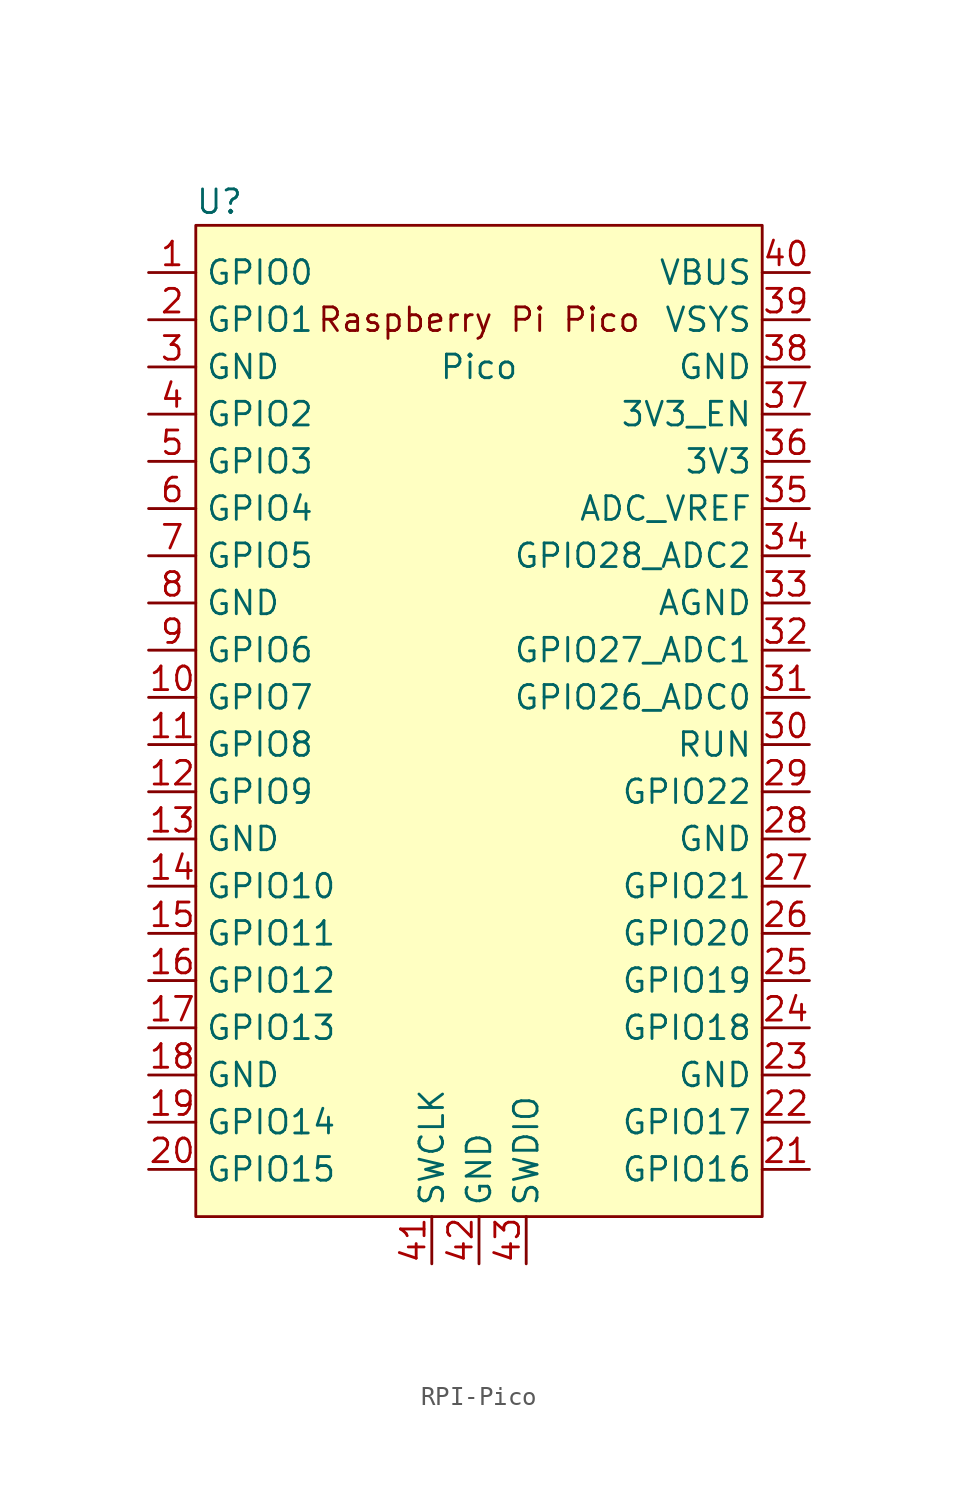
<source format=kicad_sym>
(kicad_symbol_lib
  (version 20211014)
  (generator kicad_symbol_editor)
  (symbol "RPI-Pico"
    (property "Reference" "U"
      (at -13.97 27.94 0)
      (effects (font (size 1.27 1.27))))
    (property "Value" "Pico"
      (at 0 19.05 0)
      (effects (font (size 1.27 1.27))))
    (symbol "RPI-Pico_0_0"
      (text "Raspberry Pi Pico" (at 0 21.59 0) (effects (font (size 1.27 1.27)))))
    (symbol "RPI-Pico_0_1"
      (rectangle (start -15.24 26.67) (end 15.24 -26.67) (stroke (width 0) (type default) (color 0 0 0 0)) (fill (type background))))
    (symbol "RPI-Pico_1_1"
      (pin bidirectional line (at -17.78 24.13 0) (length 2.54) (name "GPIO0" (effects (font (size 1.27 1.27)))) (number "1" (effects (font (size 1.27 1.27)))))
      (pin bidirectional line (at -17.78 1.27 0) (length 2.54) (name "GPIO7" (effects (font (size 1.27 1.27)))) (number "10" (effects (font (size 1.27 1.27)))))
      (pin bidirectional line (at -17.78 -1.27 0) (length 2.54) (name "GPIO8" (effects (font (size 1.27 1.27)))) (number "11" (effects (font (size 1.27 1.27)))))
      (pin bidirectional line (at -17.78 -3.81 0) (length 2.54) (name "GPIO9" (effects (font (size 1.27 1.27)))) (number "12" (effects (font (size 1.27 1.27)))))
      (pin power_in line (at -17.78 -6.35 0) (length 2.54) (name "GND" (effects (font (size 1.27 1.27)))) (number "13" (effects (font (size 1.27 1.27)))))
      (pin bidirectional line (at -17.78 -8.89 0) (length 2.54) (name "GPIO10" (effects (font (size 1.27 1.27)))) (number "14" (effects (font (size 1.27 1.27)))))
      (pin bidirectional line (at -17.78 -11.43 0) (length 2.54) (name "GPIO11" (effects (font (size 1.27 1.27)))) (number "15" (effects (font (size 1.27 1.27)))))
      (pin bidirectional line (at -17.78 -13.97 0) (length 2.54) (name "GPIO12" (effects (font (size 1.27 1.27)))) (number "16" (effects (font (size 1.27 1.27)))))
      (pin bidirectional line (at -17.78 -16.51 0) (length 2.54) (name "GPIO13" (effects (font (size 1.27 1.27)))) (number "17" (effects (font (size 1.27 1.27)))))
      (pin power_in line (at -17.78 -19.05 0) (length 2.54) (name "GND" (effects (font (size 1.27 1.27)))) (number "18" (effects (font (size 1.27 1.27)))))
      (pin bidirectional line (at -17.78 -21.59 0) (length 2.54) (name "GPIO14" (effects (font (size 1.27 1.27)))) (number "19" (effects (font (size 1.27 1.27)))))
      (pin bidirectional line (at -17.78 21.59 0) (length 2.54) (name "GPIO1" (effects (font (size 1.27 1.27)))) (number "2" (effects (font (size 1.27 1.27)))))
      (pin bidirectional line (at -17.78 -24.13 0) (length 2.54) (name "GPIO15" (effects (font (size 1.27 1.27)))) (number "20" (effects (font (size 1.27 1.27)))))
      (pin bidirectional line (at 17.78 -24.13 180) (length 2.54) (name "GPIO16" (effects (font (size 1.27 1.27)))) (number "21" (effects (font (size 1.27 1.27)))))
      (pin bidirectional line (at 17.78 -21.59 180) (length 2.54) (name "GPIO17" (effects (font (size 1.27 1.27)))) (number "22" (effects (font (size 1.27 1.27)))))
      (pin power_in line (at 17.78 -19.05 180) (length 2.54) (name "GND" (effects (font (size 1.27 1.27)))) (number "23" (effects (font (size 1.27 1.27)))))
      (pin bidirectional line (at 17.78 -16.51 180) (length 2.54) (name "GPIO18" (effects (font (size 1.27 1.27)))) (number "24" (effects (font (size 1.27 1.27)))))
      (pin bidirectional line (at 17.78 -13.97 180) (length 2.54) (name "GPIO19" (effects (font (size 1.27 1.27)))) (number "25" (effects (font (size 1.27 1.27)))))
      (pin bidirectional line (at 17.78 -11.43 180) (length 2.54) (name "GPIO20" (effects (font (size 1.27 1.27)))) (number "26" (effects (font (size 1.27 1.27)))))
      (pin bidirectional line (at 17.78 -8.89 180) (length 2.54) (name "GPIO21" (effects (font (size 1.27 1.27)))) (number "27" (effects (font (size 1.27 1.27)))))
      (pin power_in line (at 17.78 -6.35 180) (length 2.54) (name "GND" (effects (font (size 1.27 1.27)))) (number "28" (effects (font (size 1.27 1.27)))))
      (pin bidirectional line (at 17.78 -3.81 180) (length 2.54) (name "GPIO22" (effects (font (size 1.27 1.27)))) (number "29" (effects (font (size 1.27 1.27)))))
      (pin power_in line (at -17.78 19.05 0) (length 2.54) (name "GND" (effects (font (size 1.27 1.27)))) (number "3" (effects (font (size 1.27 1.27)))))
      (pin input line (at 17.78 -1.27 180) (length 2.54) (name "RUN" (effects (font (size 1.27 1.27)))) (number "30" (effects (font (size 1.27 1.27)))))
      (pin bidirectional line (at 17.78 1.27 180) (length 2.54) (name "GPIO26_ADC0" (effects (font (size 1.27 1.27)))) (number "31" (effects (font (size 1.27 1.27)))))
      (pin bidirectional line (at 17.78 3.81 180) (length 2.54) (name "GPIO27_ADC1" (effects (font (size 1.27 1.27)))) (number "32" (effects (font (size 1.27 1.27)))))
      (pin power_in line (at 17.78 6.35 180) (length 2.54) (name "AGND" (effects (font (size 1.27 1.27)))) (number "33" (effects (font (size 1.27 1.27)))))
      (pin bidirectional line (at 17.78 8.89 180) (length 2.54) (name "GPIO28_ADC2" (effects (font (size 1.27 1.27)))) (number "34" (effects (font (size 1.27 1.27)))))
      (pin power_in line (at 17.78 11.43 180) (length 2.54) (name "ADC_VREF" (effects (font (size 1.27 1.27)))) (number "35" (effects (font (size 1.27 1.27)))))
      (pin power_in line (at 17.78 13.97 180) (length 2.54) (name "3V3" (effects (font (size 1.27 1.27)))) (number "36" (effects (font (size 1.27 1.27)))))
      (pin input line (at 17.78 16.51 180) (length 2.54) (name "3V3_EN" (effects (font (size 1.27 1.27)))) (number "37" (effects (font (size 1.27 1.27)))))
      (pin bidirectional line (at 17.78 19.05 180) (length 2.54) (name "GND" (effects (font (size 1.27 1.27)))) (number "38" (effects (font (size 1.27 1.27)))))
      (pin power_in line (at 17.78 21.59 180) (length 2.54) (name "VSYS" (effects (font (size 1.27 1.27)))) (number "39" (effects (font (size 1.27 1.27)))))
      (pin bidirectional line (at -17.78 16.51 0) (length 2.54) (name "GPIO2" (effects (font (size 1.27 1.27)))) (number "4" (effects (font (size 1.27 1.27)))))
      (pin power_in line (at 17.78 24.13 180) (length 2.54) (name "VBUS" (effects (font (size 1.27 1.27)))) (number "40" (effects (font (size 1.27 1.27)))))
      (pin input line (at -2.54 -29.21 90) (length 2.54) (name "SWCLK" (effects (font (size 1.27 1.27)))) (number "41" (effects (font (size 1.27 1.27)))))
      (pin power_in line (at 0 -29.21 90) (length 2.54) (name "GND" (effects (font (size 1.27 1.27)))) (number "42" (effects (font (size 1.27 1.27)))))
      (pin bidirectional line (at 2.54 -29.21 90) (length 2.54) (name "SWDIO" (effects (font (size 1.27 1.27)))) (number "43" (effects (font (size 1.27 1.27)))))
      (pin bidirectional line (at -17.78 13.97 0) (length 2.54) (name "GPIO3" (effects (font (size 1.27 1.27)))) (number "5" (effects (font (size 1.27 1.27)))))
      (pin bidirectional line (at -17.78 11.43 0) (length 2.54) (name "GPIO4" (effects (font (size 1.27 1.27)))) (number "6" (effects (font (size 1.27 1.27)))))
      (pin bidirectional line (at -17.78 8.89 0) (length 2.54) (name "GPIO5" (effects (font (size 1.27 1.27)))) (number "7" (effects (font (size 1.27 1.27)))))
      (pin power_in line (at -17.78 6.35 0) (length 2.54) (name "GND" (effects (font (size 1.27 1.27)))) (number "8" (effects (font (size 1.27 1.27)))))
      (pin bidirectional line (at -17.78 3.81 0) (length 2.54) (name "GPIO6" (effects (font (size 1.27 1.27)))) (number "9" (effects (font (size 1.27 1.27))))))))
</source>
